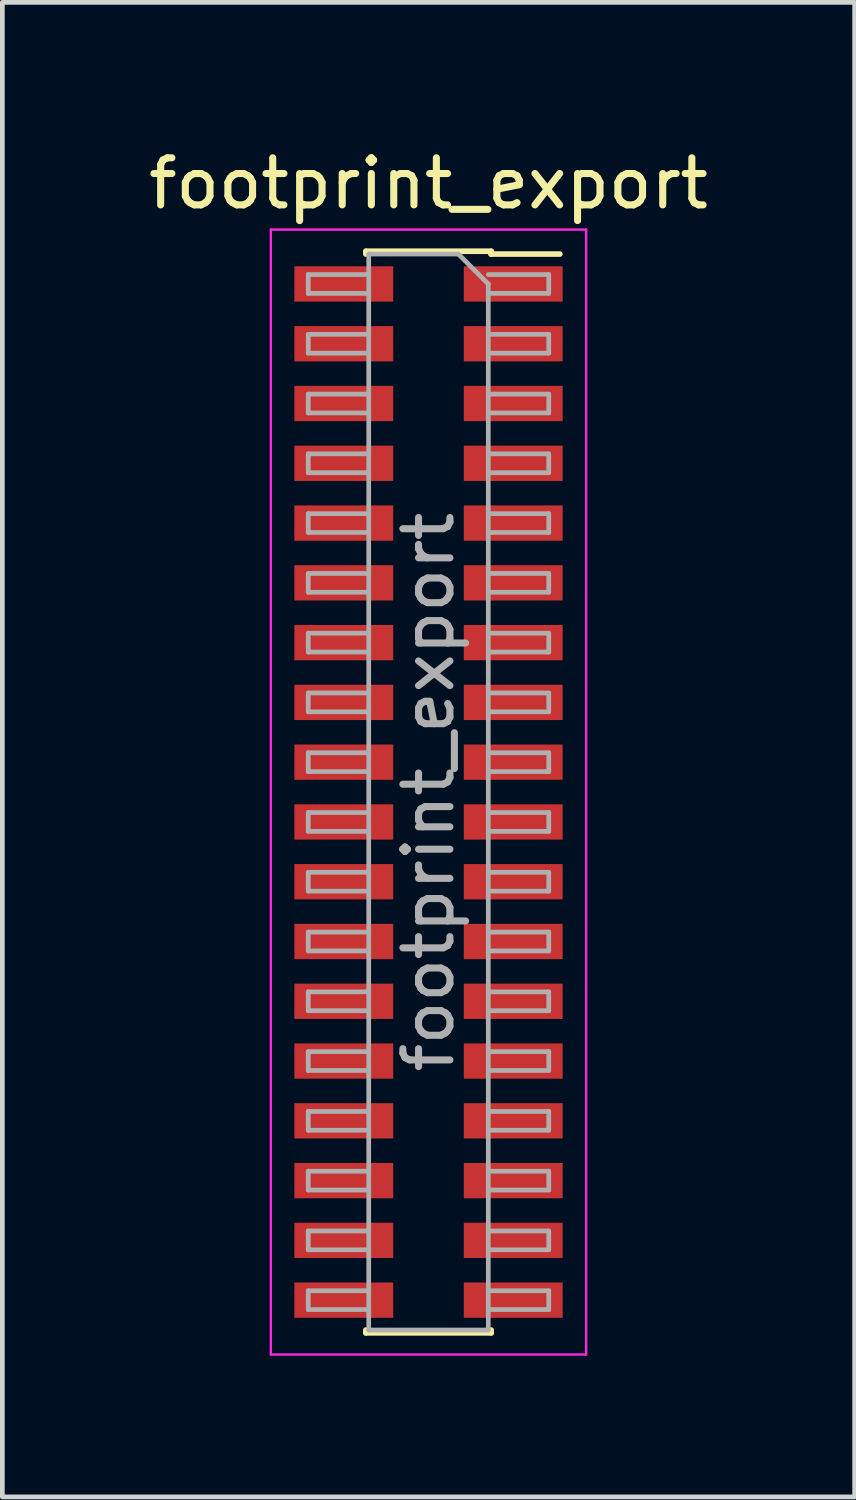
<source format=kicad_pcb>
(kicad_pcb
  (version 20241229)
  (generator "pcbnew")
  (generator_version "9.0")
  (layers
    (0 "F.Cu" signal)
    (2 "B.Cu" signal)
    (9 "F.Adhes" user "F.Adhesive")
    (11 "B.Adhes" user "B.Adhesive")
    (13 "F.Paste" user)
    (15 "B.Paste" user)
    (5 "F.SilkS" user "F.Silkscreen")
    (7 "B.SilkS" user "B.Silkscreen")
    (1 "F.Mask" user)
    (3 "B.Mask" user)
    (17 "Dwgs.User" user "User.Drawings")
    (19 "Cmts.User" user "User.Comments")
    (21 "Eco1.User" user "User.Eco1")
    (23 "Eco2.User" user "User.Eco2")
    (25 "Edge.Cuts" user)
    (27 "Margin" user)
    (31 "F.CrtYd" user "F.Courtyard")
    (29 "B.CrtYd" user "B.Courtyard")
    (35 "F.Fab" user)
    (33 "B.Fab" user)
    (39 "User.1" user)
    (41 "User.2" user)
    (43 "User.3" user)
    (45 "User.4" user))
  (footprint "footprint_export"
    (layer "F.Cu")
    (at 6.054 13.778)
    (property "Reference" "footprint_export" (at 0 -12.93 0) (layer "F.SilkS") (effects (font (size 1 1) (thickness 0.15))))
    (attr smd)
    (fp_line (start -1.33 -11.49) (end -1.33 -11.43) (stroke (width 0.12) (type solid)) (layer "F.SilkS"))
    (fp_line (start -1.33 -11.49) (end 1.33 -11.49) (stroke (width 0.12) (type solid)) (layer "F.SilkS"))
    (fp_line (start -1.33 11.43) (end -1.33 11.49) (stroke (width 0.12) (type solid)) (layer "F.SilkS"))
    (fp_line (start -1.33 11.49) (end 1.33 11.49) (stroke (width 0.12) (type solid)) (layer "F.SilkS"))
    (fp_line (start 1.33 -11.49) (end 1.33 -11.43) (stroke (width 0.12) (type solid)) (layer "F.SilkS"))
    (fp_line (start 1.33 -11.43) (end 2.79 -11.43) (stroke (width 0.12) (type solid)) (layer "F.SilkS"))
    (fp_line (start 1.33 11.43) (end 1.33 11.49) (stroke (width 0.12) (type solid)) (layer "F.SilkS"))
    (fp_line (start -3.35 -11.95) (end 3.35 -11.95) (stroke (width 0.05) (type solid)) (layer "F.CrtYd"))
    (fp_line (start -3.35 11.95) (end -3.35 -11.95) (stroke (width 0.05) (type solid)) (layer "F.CrtYd"))
    (fp_line (start 3.35 -11.95) (end 3.35 11.95) (stroke (width 0.05) (type solid)) (layer "F.CrtYd"))
    (fp_line (start 3.35 11.95) (end -3.35 11.95) (stroke (width 0.05) (type solid)) (layer "F.CrtYd"))
    (fp_line (start -2.555 -10.995) (end -1.27 -10.995) (stroke (width 0.1) (type solid)) (layer "F.Fab"))
    (fp_line (start -2.555 -10.595) (end -2.555 -10.995) (stroke (width 0.1) (type solid)) (layer "F.Fab"))
    (fp_line (start -2.555 -9.725) (end -1.27 -9.725) (stroke (width 0.1) (type solid)) (layer "F.Fab"))
    (fp_line (start -2.555 -9.325) (end -2.555 -9.725) (stroke (width 0.1) (type solid)) (layer "F.Fab"))
    (fp_line (start -2.555 -8.455) (end -1.27 -8.455) (stroke (width 0.1) (type solid)) (layer "F.Fab"))
    (fp_line (start -2.555 -8.055) (end -2.555 -8.455) (stroke (width 0.1) (type solid)) (layer "F.Fab"))
    (fp_line (start -2.555 -7.185) (end -1.27 -7.185) (stroke (width 0.1) (type solid)) (layer "F.Fab"))
    (fp_line (start -2.555 -6.785) (end -2.555 -7.185) (stroke (width 0.1) (type solid)) (layer "F.Fab"))
    (fp_line (start -2.555 -5.915) (end -1.27 -5.915) (stroke (width 0.1) (type solid)) (layer "F.Fab"))
    (fp_line (start -2.555 -5.515) (end -2.555 -5.915) (stroke (width 0.1) (type solid)) (layer "F.Fab"))
    (fp_line (start -2.555 -4.645) (end -1.27 -4.645) (stroke (width 0.1) (type solid)) (layer "F.Fab"))
    (fp_line (start -2.555 -4.245) (end -2.555 -4.645) (stroke (width 0.1) (type solid)) (layer "F.Fab"))
    (fp_line (start -2.555 -3.375) (end -1.27 -3.375) (stroke (width 0.1) (type solid)) (layer "F.Fab"))
    (fp_line (start -2.555 -2.975) (end -2.555 -3.375) (stroke (width 0.1) (type solid)) (layer "F.Fab"))
    (fp_line (start -2.555 -2.105) (end -1.27 -2.105) (stroke (width 0.1) (type solid)) (layer "F.Fab"))
    (fp_line (start -2.555 -1.705) (end -2.555 -2.105) (stroke (width 0.1) (type solid)) (layer "F.Fab"))
    (fp_line (start -2.555 -0.835) (end -1.27 -0.835) (stroke (width 0.1) (type solid)) (layer "F.Fab"))
    (fp_line (start -2.555 -0.435) (end -2.555 -0.835) (stroke (width 0.1) (type solid)) (layer "F.Fab"))
    (fp_line (start -2.555 0.435) (end -1.27 0.435) (stroke (width 0.1) (type solid)) (layer "F.Fab"))
    (fp_line (start -2.555 0.835) (end -2.555 0.435) (stroke (width 0.1) (type solid)) (layer "F.Fab"))
    (fp_line (start -2.555 1.705) (end -1.27 1.705) (stroke (width 0.1) (type solid)) (layer "F.Fab"))
    (fp_line (start -2.555 2.105) (end -2.555 1.705) (stroke (width 0.1) (type solid)) (layer "F.Fab"))
    (fp_line (start -2.555 2.975) (end -1.27 2.975) (stroke (width 0.1) (type solid)) (layer "F.Fab"))
    (fp_line (start -2.555 3.375) (end -2.555 2.975) (stroke (width 0.1) (type solid)) (layer "F.Fab"))
    (fp_line (start -2.555 4.245) (end -1.27 4.245) (stroke (width 0.1) (type solid)) (layer "F.Fab"))
    (fp_line (start -2.555 4.645) (end -2.555 4.245) (stroke (width 0.1) (type solid)) (layer "F.Fab"))
    (fp_line (start -2.555 5.515) (end -1.27 5.515) (stroke (width 0.1) (type solid)) (layer "F.Fab"))
    (fp_line (start -2.555 5.915) (end -2.555 5.515) (stroke (width 0.1) (type solid)) (layer "F.Fab"))
    (fp_line (start -2.555 6.785) (end -1.27 6.785) (stroke (width 0.1) (type solid)) (layer "F.Fab"))
    (fp_line (start -2.555 7.185) (end -2.555 6.785) (stroke (width 0.1) (type solid)) (layer "F.Fab"))
    (fp_line (start -2.555 8.055) (end -1.27 8.055) (stroke (width 0.1) (type solid)) (layer "F.Fab"))
    (fp_line (start -2.555 8.455) (end -2.555 8.055) (stroke (width 0.1) (type solid)) (layer "F.Fab"))
    (fp_line (start -2.555 9.325) (end -1.27 9.325) (stroke (width 0.1) (type solid)) (layer "F.Fab"))
    (fp_line (start -2.555 9.725) (end -2.555 9.325) (stroke (width 0.1) (type solid)) (layer "F.Fab"))
    (fp_line (start -2.555 10.595) (end -1.27 10.595) (stroke (width 0.1) (type solid)) (layer "F.Fab"))
    (fp_line (start -2.555 10.995) (end -2.555 10.595) (stroke (width 0.1) (type solid)) (layer "F.Fab"))
    (fp_line (start -1.27 -11.43) (end 0.635 -11.43) (stroke (width 0.1) (type solid)) (layer "F.Fab"))
    (fp_line (start -1.27 -10.595) (end -2.555 -10.595) (stroke (width 0.1) (type solid)) (layer "F.Fab"))
    (fp_line (start -1.27 -9.325) (end -2.555 -9.325) (stroke (width 0.1) (type solid)) (layer "F.Fab"))
    (fp_line (start -1.27 -8.055) (end -2.555 -8.055) (stroke (width 0.1) (type solid)) (layer "F.Fab"))
    (fp_line (start -1.27 -6.785) (end -2.555 -6.785) (stroke (width 0.1) (type solid)) (layer "F.Fab"))
    (fp_line (start -1.27 -5.515) (end -2.555 -5.515) (stroke (width 0.1) (type solid)) (layer "F.Fab"))
    (fp_line (start -1.27 -4.245) (end -2.555 -4.245) (stroke (width 0.1) (type solid)) (layer "F.Fab"))
    (fp_line (start -1.27 -2.975) (end -2.555 -2.975) (stroke (width 0.1) (type solid)) (layer "F.Fab"))
    (fp_line (start -1.27 -1.705) (end -2.555 -1.705) (stroke (width 0.1) (type solid)) (layer "F.Fab"))
    (fp_line (start -1.27 -0.435) (end -2.555 -0.435) (stroke (width 0.1) (type solid)) (layer "F.Fab"))
    (fp_line (start -1.27 0.835) (end -2.555 0.835) (stroke (width 0.1) (type solid)) (layer "F.Fab"))
    (fp_line (start -1.27 2.105) (end -2.555 2.105) (stroke (width 0.1) (type solid)) (layer "F.Fab"))
    (fp_line (start -1.27 3.375) (end -2.555 3.375) (stroke (width 0.1) (type solid)) (layer "F.Fab"))
    (fp_line (start -1.27 4.645) (end -2.555 4.645) (stroke (width 0.1) (type solid)) (layer "F.Fab"))
    (fp_line (start -1.27 5.915) (end -2.555 5.915) (stroke (width 0.1) (type solid)) (layer "F.Fab"))
    (fp_line (start -1.27 7.185) (end -2.555 7.185) (stroke (width 0.1) (type solid)) (layer "F.Fab"))
    (fp_line (start -1.27 8.455) (end -2.555 8.455) (stroke (width 0.1) (type solid)) (layer "F.Fab"))
    (fp_line (start -1.27 9.725) (end -2.555 9.725) (stroke (width 0.1) (type solid)) (layer "F.Fab"))
    (fp_line (start -1.27 10.995) (end -2.555 10.995) (stroke (width 0.1) (type solid)) (layer "F.Fab"))
    (fp_line (start -1.27 11.43) (end -1.27 -11.43) (stroke (width 0.1) (type solid)) (layer "F.Fab"))
    (fp_line (start 0.635 -11.43) (end 1.27 -10.795) (stroke (width 0.1) (type solid)) (layer "F.Fab"))
    (fp_line (start 1.27 -10.995) (end 2.555 -10.995) (stroke (width 0.1) (type solid)) (layer "F.Fab"))
    (fp_line (start 1.27 -10.795) (end 1.27 11.43) (stroke (width 0.1) (type solid)) (layer "F.Fab"))
    (fp_line (start 1.27 -9.725) (end 2.555 -9.725) (stroke (width 0.1) (type solid)) (layer "F.Fab"))
    (fp_line (start 1.27 -8.455) (end 2.555 -8.455) (stroke (width 0.1) (type solid)) (layer "F.Fab"))
    (fp_line (start 1.27 -7.185) (end 2.555 -7.185) (stroke (width 0.1) (type solid)) (layer "F.Fab"))
    (fp_line (start 1.27 -5.915) (end 2.555 -5.915) (stroke (width 0.1) (type solid)) (layer "F.Fab"))
    (fp_line (start 1.27 -4.645) (end 2.555 -4.645) (stroke (width 0.1) (type solid)) (layer "F.Fab"))
    (fp_line (start 1.27 -3.375) (end 2.555 -3.375) (stroke (width 0.1) (type solid)) (layer "F.Fab"))
    (fp_line (start 1.27 -2.105) (end 2.555 -2.105) (stroke (width 0.1) (type solid)) (layer "F.Fab"))
    (fp_line (start 1.27 -0.835) (end 2.555 -0.835) (stroke (width 0.1) (type solid)) (layer "F.Fab"))
    (fp_line (start 1.27 0.435) (end 2.555 0.435) (stroke (width 0.1) (type solid)) (layer "F.Fab"))
    (fp_line (start 1.27 1.705) (end 2.555 1.705) (stroke (width 0.1) (type solid)) (layer "F.Fab"))
    (fp_line (start 1.27 2.975) (end 2.555 2.975) (stroke (width 0.1) (type solid)) (layer "F.Fab"))
    (fp_line (start 1.27 4.245) (end 2.555 4.245) (stroke (width 0.1) (type solid)) (layer "F.Fab"))
    (fp_line (start 1.27 5.515) (end 2.555 5.515) (stroke (width 0.1) (type solid)) (layer "F.Fab"))
    (fp_line (start 1.27 6.785) (end 2.555 6.785) (stroke (width 0.1) (type solid)) (layer "F.Fab"))
    (fp_line (start 1.27 8.055) (end 2.555 8.055) (stroke (width 0.1) (type solid)) (layer "F.Fab"))
    (fp_line (start 1.27 9.325) (end 2.555 9.325) (stroke (width 0.1) (type solid)) (layer "F.Fab"))
    (fp_line (start 1.27 10.595) (end 2.555 10.595) (stroke (width 0.1) (type solid)) (layer "F.Fab"))
    (fp_line (start 1.27 11.43) (end -1.27 11.43) (stroke (width 0.1) (type solid)) (layer "F.Fab"))
    (fp_line (start 2.555 -10.995) (end 2.555 -10.595) (stroke (width 0.1) (type solid)) (layer "F.Fab"))
    (fp_line (start 2.555 -10.595) (end 1.27 -10.595) (stroke (width 0.1) (type solid)) (layer "F.Fab"))
    (fp_line (start 2.555 -9.725) (end 2.555 -9.325) (stroke (width 0.1) (type solid)) (layer "F.Fab"))
    (fp_line (start 2.555 -9.325) (end 1.27 -9.325) (stroke (width 0.1) (type solid)) (layer "F.Fab"))
    (fp_line (start 2.555 -8.455) (end 2.555 -8.055) (stroke (width 0.1) (type solid)) (layer "F.Fab"))
    (fp_line (start 2.555 -8.055) (end 1.27 -8.055) (stroke (width 0.1) (type solid)) (layer "F.Fab"))
    (fp_line (start 2.555 -7.185) (end 2.555 -6.785) (stroke (width 0.1) (type solid)) (layer "F.Fab"))
    (fp_line (start 2.555 -6.785) (end 1.27 -6.785) (stroke (width 0.1) (type solid)) (layer "F.Fab"))
    (fp_line (start 2.555 -5.915) (end 2.555 -5.515) (stroke (width 0.1) (type solid)) (layer "F.Fab"))
    (fp_line (start 2.555 -5.515) (end 1.27 -5.515) (stroke (width 0.1) (type solid)) (layer "F.Fab"))
    (fp_line (start 2.555 -4.645) (end 2.555 -4.245) (stroke (width 0.1) (type solid)) (layer "F.Fab"))
    (fp_line (start 2.555 -4.245) (end 1.27 -4.245) (stroke (width 0.1) (type solid)) (layer "F.Fab"))
    (fp_line (start 2.555 -3.375) (end 2.555 -2.975) (stroke (width 0.1) (type solid)) (layer "F.Fab"))
    (fp_line (start 2.555 -2.975) (end 1.27 -2.975) (stroke (width 0.1) (type solid)) (layer "F.Fab"))
    (fp_line (start 2.555 -2.105) (end 2.555 -1.705) (stroke (width 0.1) (type solid)) (layer "F.Fab"))
    (fp_line (start 2.555 -1.705) (end 1.27 -1.705) (stroke (width 0.1) (type solid)) (layer "F.Fab"))
    (fp_line (start 2.555 -0.835) (end 2.555 -0.435) (stroke (width 0.1) (type solid)) (layer "F.Fab"))
    (fp_line (start 2.555 -0.435) (end 1.27 -0.435) (stroke (width 0.1) (type solid)) (layer "F.Fab"))
    (fp_line (start 2.555 0.435) (end 2.555 0.835) (stroke (width 0.1) (type solid)) (layer "F.Fab"))
    (fp_line (start 2.555 0.835) (end 1.27 0.835) (stroke (width 0.1) (type solid)) (layer "F.Fab"))
    (fp_line (start 2.555 1.705) (end 2.555 2.105) (stroke (width 0.1) (type solid)) (layer "F.Fab"))
    (fp_line (start 2.555 2.105) (end 1.27 2.105) (stroke (width 0.1) (type solid)) (layer "F.Fab"))
    (fp_line (start 2.555 2.975) (end 2.555 3.375) (stroke (width 0.1) (type solid)) (layer "F.Fab"))
    (fp_line (start 2.555 3.375) (end 1.27 3.375) (stroke (width 0.1) (type solid)) (layer "F.Fab"))
    (fp_line (start 2.555 4.245) (end 2.555 4.645) (stroke (width 0.1) (type solid)) (layer "F.Fab"))
    (fp_line (start 2.555 4.645) (end 1.27 4.645) (stroke (width 0.1) (type solid)) (layer "F.Fab"))
    (fp_line (start 2.555 5.515) (end 2.555 5.915) (stroke (width 0.1) (type solid)) (layer "F.Fab"))
    (fp_line (start 2.555 5.915) (end 1.27 5.915) (stroke (width 0.1) (type solid)) (layer "F.Fab"))
    (fp_line (start 2.555 6.785) (end 2.555 7.185) (stroke (width 0.1) (type solid)) (layer "F.Fab"))
    (fp_line (start 2.555 7.185) (end 1.27 7.185) (stroke (width 0.1) (type solid)) (layer "F.Fab"))
    (fp_line (start 2.555 8.055) (end 2.555 8.455) (stroke (width 0.1) (type solid)) (layer "F.Fab"))
    (fp_line (start 2.555 8.455) (end 1.27 8.455) (stroke (width 0.1) (type solid)) (layer "F.Fab"))
    (fp_line (start 2.555 9.325) (end 2.555 9.725) (stroke (width 0.1) (type solid)) (layer "F.Fab"))
    (fp_line (start 2.555 9.725) (end 1.27 9.725) (stroke (width 0.1) (type solid)) (layer "F.Fab"))
    (fp_line (start 2.555 10.595) (end 2.555 10.995) (stroke (width 0.1) (type solid)) (layer "F.Fab"))
    (fp_line (start 2.555 10.995) (end 1.27 10.995) (stroke (width 0.1) (type solid)) (layer "F.Fab"))
    (fp_text user "${REFERENCE}" (at 0 0 90) (layer "F.Fab") (effects (font (size 1 1) (thickness 0.15))))
    (pad "1" smd rect (at 1.8 -10.795) (size 2.1 0.75) (layers "F.Cu" "F.Mask" "F.Paste"))
    (pad "2" smd rect (at -1.8 -10.795) (size 2.1 0.75) (layers "F.Cu" "F.Mask" "F.Paste"))
    (pad "3" smd rect (at 1.8 -9.525) (size 2.1 0.75) (layers "F.Cu" "F.Mask" "F.Paste"))
    (pad "4" smd rect (at -1.8 -9.525) (size 2.1 0.75) (layers "F.Cu" "F.Mask" "F.Paste"))
    (pad "5" smd rect (at 1.8 -8.255) (size 2.1 0.75) (layers "F.Cu" "F.Mask" "F.Paste"))
    (pad "6" smd rect (at -1.8 -8.255) (size 2.1 0.75) (layers "F.Cu" "F.Mask" "F.Paste"))
    (pad "7" smd rect (at 1.8 -6.985) (size 2.1 0.75) (layers "F.Cu" "F.Mask" "F.Paste"))
    (pad "8" smd rect (at -1.8 -6.985) (size 2.1 0.75) (layers "F.Cu" "F.Mask" "F.Paste"))
    (pad "9" smd rect (at 1.8 -5.715) (size 2.1 0.75) (layers "F.Cu" "F.Mask" "F.Paste"))
    (pad "10" smd rect (at -1.8 -5.715) (size 2.1 0.75) (layers "F.Cu" "F.Mask" "F.Paste"))
    (pad "11" smd rect (at 1.8 -4.445) (size 2.1 0.75) (layers "F.Cu" "F.Mask" "F.Paste"))
    (pad "12" smd rect (at -1.8 -4.445) (size 2.1 0.75) (layers "F.Cu" "F.Mask" "F.Paste"))
    (pad "13" smd rect (at 1.8 -3.175) (size 2.1 0.75) (layers "F.Cu" "F.Mask" "F.Paste"))
    (pad "14" smd rect (at -1.8 -3.175) (size 2.1 0.75) (layers "F.Cu" "F.Mask" "F.Paste"))
    (pad "15" smd rect (at 1.8 -1.905) (size 2.1 0.75) (layers "F.Cu" "F.Mask" "F.Paste"))
    (pad "16" smd rect (at -1.8 -1.905) (size 2.1 0.75) (layers "F.Cu" "F.Mask" "F.Paste"))
    (pad "17" smd rect (at 1.8 -0.635) (size 2.1 0.75) (layers "F.Cu" "F.Mask" "F.Paste"))
    (pad "18" smd rect (at -1.8 -0.635) (size 2.1 0.75) (layers "F.Cu" "F.Mask" "F.Paste"))
    (pad "19" smd rect (at 1.8 0.635) (size 2.1 0.75) (layers "F.Cu" "F.Mask" "F.Paste"))
    (pad "20" smd rect (at -1.8 0.635) (size 2.1 0.75) (layers "F.Cu" "F.Mask" "F.Paste"))
    (pad "21" smd rect (at 1.8 1.905) (size 2.1 0.75) (layers "F.Cu" "F.Mask" "F.Paste"))
    (pad "22" smd rect (at -1.8 1.905) (size 2.1 0.75) (layers "F.Cu" "F.Mask" "F.Paste"))
    (pad "23" smd rect (at 1.8 3.175) (size 2.1 0.75) (layers "F.Cu" "F.Mask" "F.Paste"))
    (pad "24" smd rect (at -1.8 3.175) (size 2.1 0.75) (layers "F.Cu" "F.Mask" "F.Paste"))
    (pad "25" smd rect (at 1.8 4.445) (size 2.1 0.75) (layers "F.Cu" "F.Mask" "F.Paste"))
    (pad "26" smd rect (at -1.8 4.445) (size 2.1 0.75) (layers "F.Cu" "F.Mask" "F.Paste"))
    (pad "27" smd rect (at 1.8 5.715) (size 2.1 0.75) (layers "F.Cu" "F.Mask" "F.Paste"))
    (pad "28" smd rect (at -1.8 5.715) (size 2.1 0.75) (layers "F.Cu" "F.Mask" "F.Paste"))
    (pad "29" smd rect (at 1.8 6.985) (size 2.1 0.75) (layers "F.Cu" "F.Mask" "F.Paste"))
    (pad "30" smd rect (at -1.8 6.985) (size 2.1 0.75) (layers "F.Cu" "F.Mask" "F.Paste"))
    (pad "31" smd rect (at 1.8 8.255) (size 2.1 0.75) (layers "F.Cu" "F.Mask" "F.Paste"))
    (pad "32" smd rect (at -1.8 8.255) (size 2.1 0.75) (layers "F.Cu" "F.Mask" "F.Paste"))
    (pad "33" smd rect (at 1.8 9.525) (size 2.1 0.75) (layers "F.Cu" "F.Mask" "F.Paste"))
    (pad "34" smd rect (at -1.8 9.525) (size 2.1 0.75) (layers "F.Cu" "F.Mask" "F.Paste"))
    (pad "35" smd rect (at 1.8 10.795) (size 2.1 0.75) (layers "F.Cu" "F.Mask" "F.Paste"))
    (pad "36" smd rect (at -1.8 10.795) (size 2.1 0.75) (layers "F.Cu" "F.Mask" "F.Paste")))
  (gr_rect
    (start -3 -3)
    (end 15.107 28.753)
    (stroke (width 0.1) (type default))
    (fill no)
    (layer "Edge.Cuts")))
</source>
